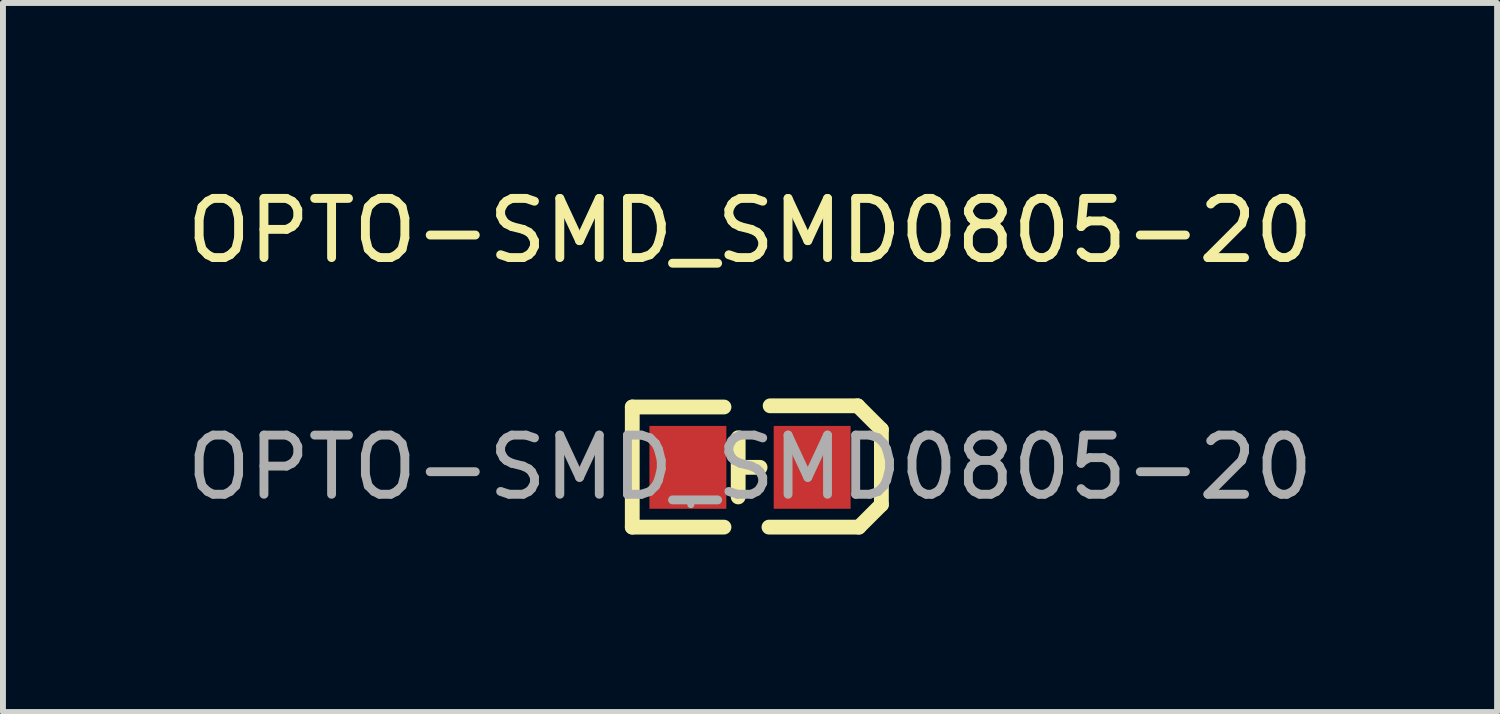
<source format=kicad_pcb>
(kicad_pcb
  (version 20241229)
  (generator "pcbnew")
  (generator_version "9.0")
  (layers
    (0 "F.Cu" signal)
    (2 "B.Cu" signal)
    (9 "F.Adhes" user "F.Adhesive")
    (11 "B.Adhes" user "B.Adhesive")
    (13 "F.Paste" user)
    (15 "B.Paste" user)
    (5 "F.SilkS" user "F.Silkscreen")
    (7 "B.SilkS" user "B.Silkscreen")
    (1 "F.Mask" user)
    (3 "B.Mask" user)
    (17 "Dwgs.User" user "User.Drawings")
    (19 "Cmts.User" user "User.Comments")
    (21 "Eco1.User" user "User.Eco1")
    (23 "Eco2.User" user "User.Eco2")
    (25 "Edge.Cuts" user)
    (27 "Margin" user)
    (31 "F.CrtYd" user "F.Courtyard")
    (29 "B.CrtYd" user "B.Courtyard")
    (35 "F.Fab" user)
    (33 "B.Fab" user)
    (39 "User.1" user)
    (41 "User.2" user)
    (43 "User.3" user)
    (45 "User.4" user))
  (footprint "OPTO-SMD_SMD0805-20"
    (layer "F.Cu")
    (at 9.625 4.848)
    (property "Reference" "OPTO-SMD_SMD0805-20" (at 0 -4 0) (layer "F.SilkS") (effects (font (size 1 1) (thickness 0.15))))
    (attr smd)
    (fp_line (start -1.99 -1.02) (end -1.99 1.01) (stroke (width 0.25) (type solid)) (layer "F.SilkS"))
    (fp_line (start -1.99 1.01) (end -0.44 1.01) (stroke (width 0.25) (type solid)) (layer "F.SilkS"))
    (fp_line (start -0.44 -1.02) (end -1.99 -1.02) (stroke (width 0.25) (type solid)) (layer "F.SilkS"))
    (fp_line (start -0.2 0.5) (end -0.2 -0.5) (stroke (width 0.25) (type solid)) (layer "F.SilkS"))
    (fp_line (start -0.1 0) (end 0.17 0) (stroke (width 0.25) (type solid)) (layer "F.SilkS"))
    (fp_line (start 0.34 -1.04) (end 1.82 -1.04) (stroke (width 0.25) (type solid)) (layer "F.SilkS"))
    (fp_line (start 1.82 -1.04) (end 2.22 -0.64) (stroke (width 0.25) (type solid)) (layer "F.SilkS"))
    (fp_line (start 1.84 1.01) (end 0.32 1.01) (stroke (width 0.25) (type solid)) (layer "F.SilkS"))
    (fp_line (start 2.22 -0.64) (end 2.22 0.63) (stroke (width 0.25) (type solid)) (layer "F.SilkS"))
    (fp_line (start 2.22 0.63) (end 1.84 1.01) (stroke (width 0.25) (type solid)) (layer "F.SilkS"))
    (fp_circle (center -1 0.63) (end -0.97 0.63) (stroke (width 0.06) (type solid)) (fill no) (layer "F.Fab"))
    (fp_text user "${REFERENCE}" (at 0 0 0) (layer "F.Fab") (effects (font (size 1 1) (thickness 0.15))))
    (pad "1" smd rect (at -1.05 0) (size 1.3 1.4) (layers "F.Cu" "F.Mask" "F.Paste"))
    (pad "2" smd rect (at 1.05 0) (size 1.3 1.4) (layers "F.Cu" "F.Mask" "F.Paste")))
  (gr_rect
    (start -3 -3)
    (end 22.25 8.983)
    (stroke (width 0.1) (type default))
    (fill no)
    (layer "Edge.Cuts")))
</source>
